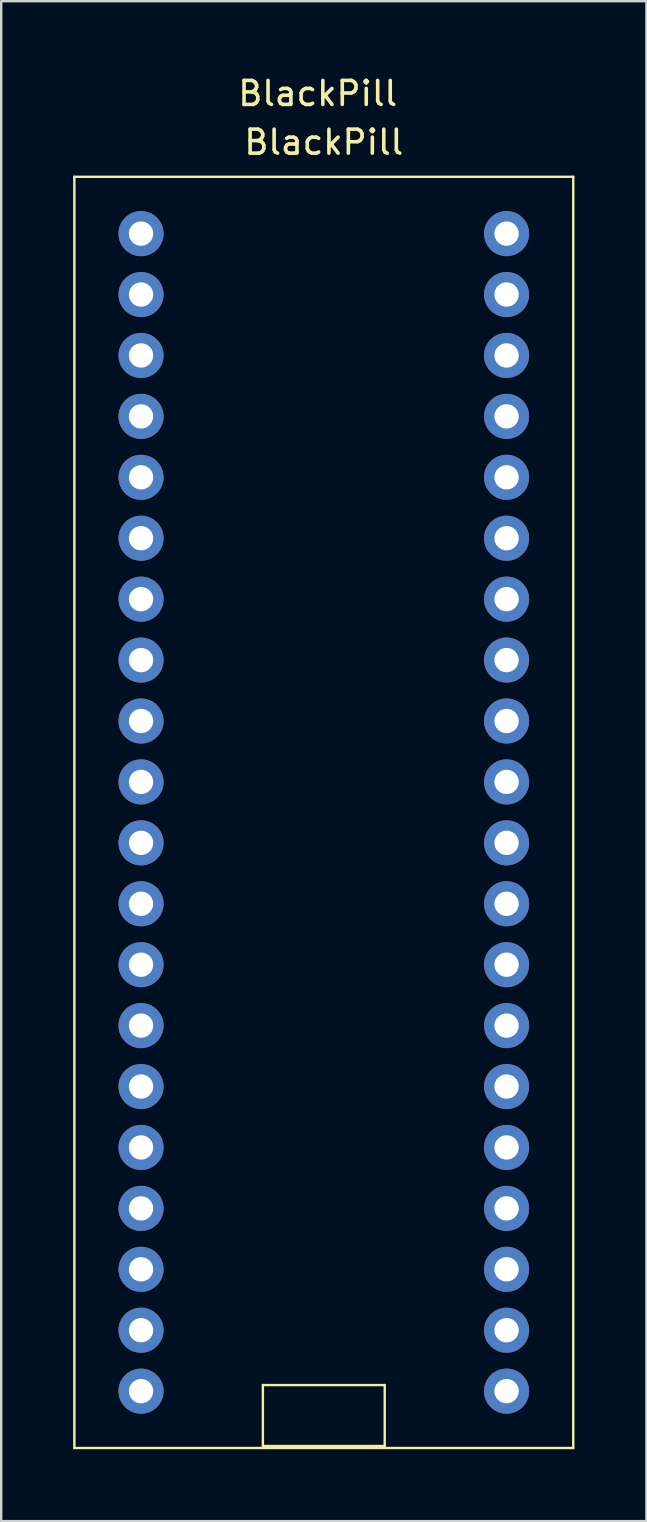
<source format=kicad_pcb>
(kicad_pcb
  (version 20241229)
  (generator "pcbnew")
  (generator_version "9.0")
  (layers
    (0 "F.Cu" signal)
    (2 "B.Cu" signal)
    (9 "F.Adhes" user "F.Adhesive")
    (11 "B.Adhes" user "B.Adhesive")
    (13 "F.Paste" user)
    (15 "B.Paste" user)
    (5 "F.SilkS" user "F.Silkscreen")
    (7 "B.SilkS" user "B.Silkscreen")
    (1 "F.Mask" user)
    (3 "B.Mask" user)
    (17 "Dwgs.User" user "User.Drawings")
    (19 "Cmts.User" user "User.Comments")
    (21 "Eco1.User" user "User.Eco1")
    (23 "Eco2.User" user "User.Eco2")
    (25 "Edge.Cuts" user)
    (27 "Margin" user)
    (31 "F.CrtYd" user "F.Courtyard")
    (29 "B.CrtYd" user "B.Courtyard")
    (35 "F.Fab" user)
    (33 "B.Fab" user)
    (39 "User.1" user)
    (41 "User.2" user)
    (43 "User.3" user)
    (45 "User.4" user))
  (footprint "BlackPill"
    (layer "F.Cu")
    (at 10.45 30.82)
    (property "Reference" "BlackPill" (at -0.254 -29.972 0) (layer "F.SilkS") (effects (font (size 1 1) (thickness 0.15))))
    (attr through_hole)
    (fp_line (start -10.4 -26.5) (end -10.4 26.5) (stroke (width 0.1) (type solid)) (layer "F.SilkS"))
    (fp_line (start -10.4 26.5) (end 10.4 26.5) (stroke (width 0.1) (type solid)) (layer "F.SilkS"))
    (fp_line (start -2.54 23.876) (end -2.54 26.416) (stroke (width 0.1) (type default)) (layer "F.SilkS"))
    (fp_line (start -2.54 26.416) (end 2.54 26.416) (stroke (width 0.1) (type default)) (layer "F.SilkS"))
    (fp_line (start 2.54 23.876) (end -2.54 23.876) (stroke (width 0.1) (type default)) (layer "F.SilkS"))
    (fp_line (start 2.54 26.416) (end 2.54 23.876) (stroke (width 0.1) (type default)) (layer "F.SilkS"))
    (fp_line (start 10.4 -26.5) (end -10.4 -26.5) (stroke (width 0.1) (type solid)) (layer "F.SilkS"))
    (fp_line (start 10.4 26.5) (end 10.4 -26.5) (stroke (width 0.1) (type solid)) (layer "F.SilkS"))
    (fp_text user "${REFERENCE}" (at 0 -27.94 0) (layer "F.SilkS") (effects (font (size 1 1) (thickness 0.15))))
    (pad "1" thru_hole circle (at -7.62 -24.13 270) (size 1.88 1.88) (drill 1.016) (layers "*.Cu" "*.Mask"))
    (pad "2" thru_hole circle (at -7.62 -21.59 270) (size 1.88 1.88) (drill 1.016) (layers "*.Cu" "*.Mask"))
    (pad "3" thru_hole circle (at -7.62 -19.05 270) (size 1.88 1.88) (drill 1.016) (layers "*.Cu" "*.Mask"))
    (pad "4" thru_hole circle (at -7.62 -16.51 270) (size 1.88 1.88) (drill 1.016) (layers "*.Cu" "*.Mask"))
    (pad "5" thru_hole circle (at -7.62 -13.97 270) (size 1.88 1.88) (drill 1.016) (layers "*.Cu" "*.Mask"))
    (pad "6" thru_hole circle (at -7.62 -11.43 270) (size 1.88 1.88) (drill 1.016) (layers "*.Cu" "*.Mask"))
    (pad "7" thru_hole circle (at -7.62 -8.89 270) (size 1.88 1.88) (drill 1.016) (layers "*.Cu" "*.Mask"))
    (pad "8" thru_hole circle (at -7.62 -6.35 270) (size 1.88 1.88) (drill 1.016) (layers "*.Cu" "*.Mask"))
    (pad "9" thru_hole circle (at -7.62 -3.81 270) (size 1.88 1.88) (drill 1.016) (layers "*.Cu" "*.Mask"))
    (pad "10" thru_hole circle (at -7.62 -1.27 270) (size 1.88 1.88) (drill 1.016) (layers "*.Cu" "*.Mask"))
    (pad "11" thru_hole circle (at -7.62 1.27 270) (size 1.88 1.88) (drill 1.016) (layers "*.Cu" "*.Mask"))
    (pad "12" thru_hole circle (at -7.62 3.81 270) (size 1.88 1.88) (drill 1.016) (layers "*.Cu" "*.Mask"))
    (pad "13" thru_hole circle (at -7.62 6.35 270) (size 1.88 1.88) (drill 1.016) (layers "*.Cu" "*.Mask"))
    (pad "14" thru_hole circle (at -7.62 8.89 270) (size 1.88 1.88) (drill 1.016) (layers "*.Cu" "*.Mask"))
    (pad "15" thru_hole circle (at -7.62 11.43 270) (size 1.88 1.88) (drill 1.016) (layers "*.Cu" "*.Mask"))
    (pad "16" thru_hole circle (at -7.62 13.97 270) (size 1.88 1.88) (drill 1.016) (layers "*.Cu" "*.Mask"))
    (pad "17" thru_hole circle (at -7.62 16.51 270) (size 1.88 1.88) (drill 1.016) (layers "*.Cu" "*.Mask"))
    (pad "18" thru_hole circle (at -7.62 19.05 270) (size 1.88 1.88) (drill 1.016) (layers "*.Cu" "*.Mask"))
    (pad "19" thru_hole circle (at -7.62 21.59 270) (size 1.88 1.88) (drill 1.016) (layers "*.Cu" "*.Mask"))
    (pad "20" thru_hole circle (at -7.62 24.13 270) (size 1.88 1.88) (drill 1.016) (layers "*.Cu" "*.Mask"))
    (pad "21" thru_hole circle (at 7.62 24.13 90) (size 1.88 1.88) (drill 1.016) (layers "*.Cu" "*.Mask"))
    (pad "22" thru_hole circle (at 7.62 21.59 90) (size 1.88 1.88) (drill 1.016) (layers "*.Cu" "*.Mask"))
    (pad "23" thru_hole circle (at 7.62 19.05 90) (size 1.88 1.88) (drill 1.016) (layers "*.Cu" "*.Mask"))
    (pad "24" thru_hole circle (at 7.62 16.51 90) (size 1.88 1.88) (drill 1.016) (layers "*.Cu" "*.Mask"))
    (pad "25" thru_hole circle (at 7.62 13.97 90) (size 1.88 1.88) (drill 1.016) (layers "*.Cu" "*.Mask"))
    (pad "26" thru_hole circle (at 7.62 11.43 90) (size 1.88 1.88) (drill 1.016) (layers "*.Cu" "*.Mask"))
    (pad "27" thru_hole circle (at 7.62 8.89 90) (size 1.88 1.88) (drill 1.016) (layers "*.Cu" "*.Mask"))
    (pad "28" thru_hole circle (at 7.62 6.35 90) (size 1.88 1.88) (drill 1.016) (layers "*.Cu" "*.Mask"))
    (pad "29" thru_hole circle (at 7.62 3.81 90) (size 1.88 1.88) (drill 1.016) (layers "*.Cu" "*.Mask"))
    (pad "30" thru_hole circle (at 7.62 1.27 90) (size 1.88 1.88) (drill 1.016) (layers "*.Cu" "*.Mask"))
    (pad "31" thru_hole circle (at 7.62 -1.27 90) (size 1.88 1.88) (drill 1.016) (layers "*.Cu" "*.Mask"))
    (pad "32" thru_hole circle (at 7.62 -3.81 90) (size 1.88 1.88) (drill 1.016) (layers "*.Cu" "*.Mask"))
    (pad "33" thru_hole circle (at 7.62 -6.35 90) (size 1.88 1.88) (drill 1.016) (layers "*.Cu" "*.Mask"))
    (pad "34" thru_hole circle (at 7.62 -8.89 90) (size 1.88 1.88) (drill 1.016) (layers "*.Cu" "*.Mask"))
    (pad "35" thru_hole circle (at 7.62 -11.43 90) (size 1.88 1.88) (drill 1.016) (layers "*.Cu" "*.Mask"))
    (pad "36" thru_hole circle (at 7.62 -13.97 90) (size 1.88 1.88) (drill 1.016) (layers "*.Cu" "*.Mask"))
    (pad "37" thru_hole circle (at 7.62 -16.51 90) (size 1.88 1.88) (drill 1.016) (layers "*.Cu" "*.Mask"))
    (pad "38" thru_hole circle (at 7.62 -19.05 90) (size 1.88 1.88) (drill 1.016) (layers "*.Cu" "*.Mask"))
    (pad "39" thru_hole circle (at 7.62 -21.59 90) (size 1.88 1.88) (drill 1.016) (layers "*.Cu" "*.Mask"))
    (pad "40" thru_hole circle (at 7.62 -24.13 90) (size 1.88 1.88) (drill 1.016) (layers "*.Cu" "*.Mask")))
  (gr_rect
    (start -3 -3)
    (end 23.9 60.37)
    (stroke (width 0.1) (type default))
    (fill no)
    (layer "Edge.Cuts")))
</source>
